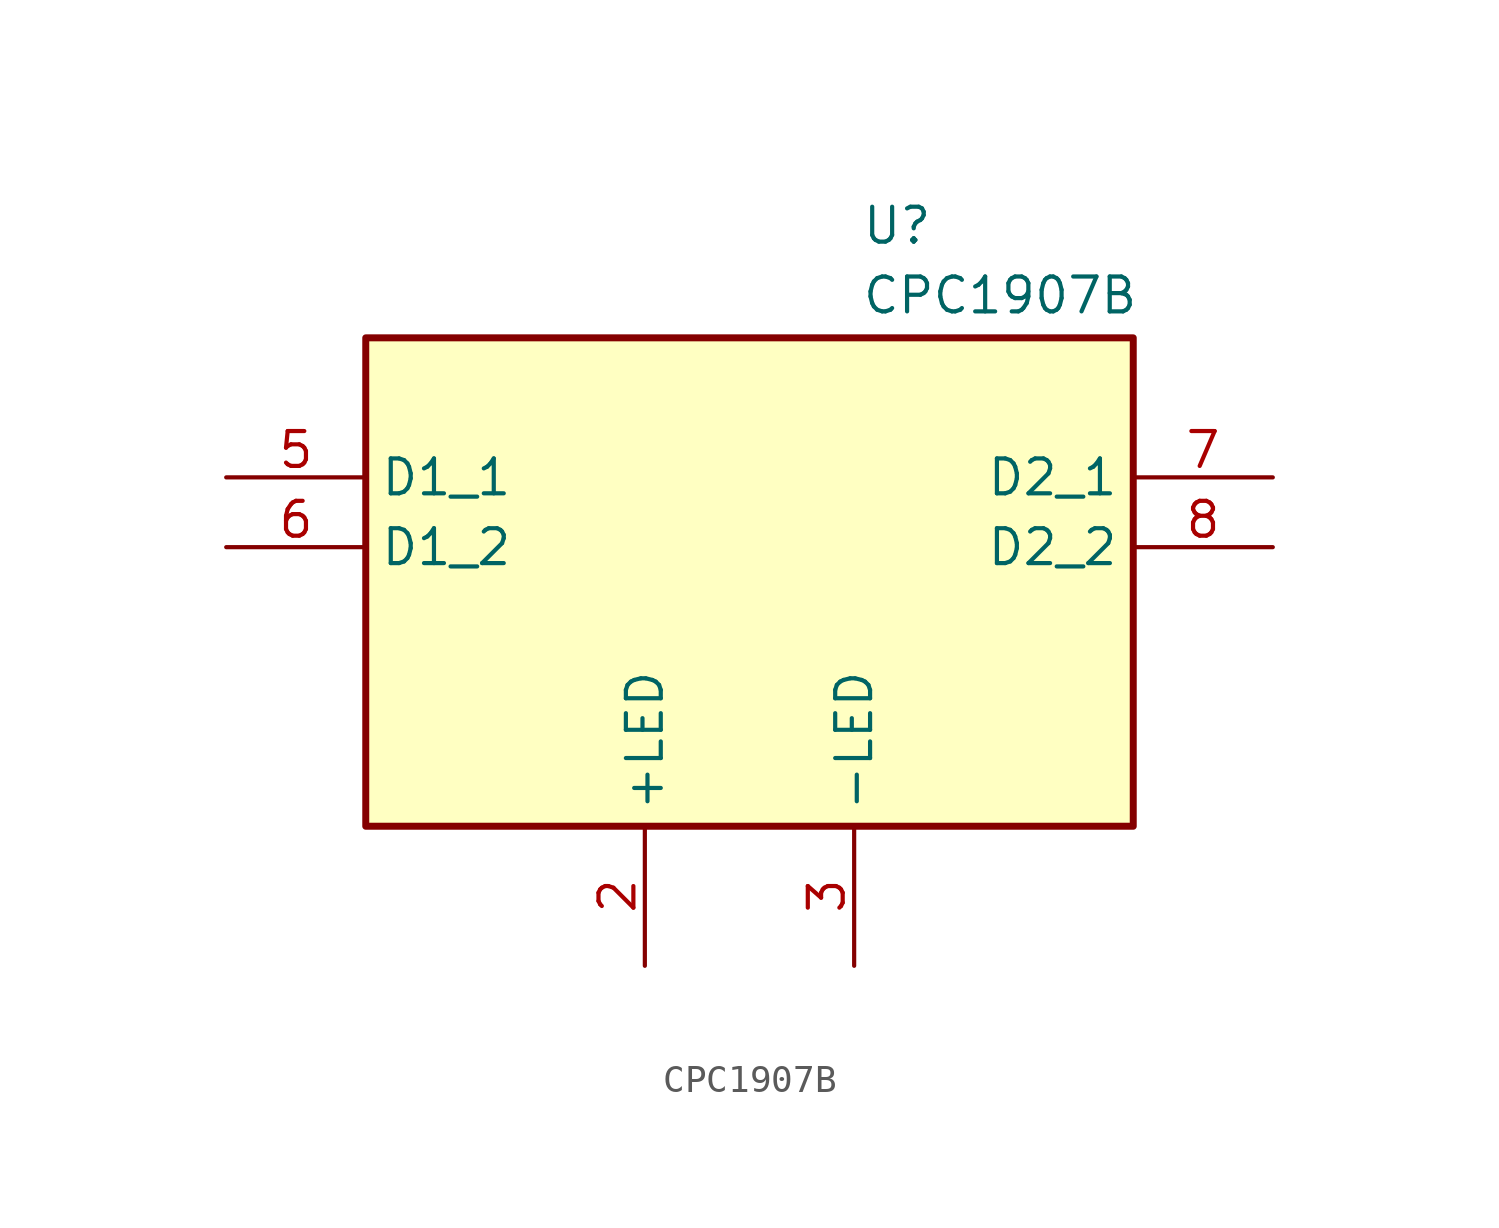
<source format=kicad_sym>
(kicad_symbol_lib
  (version 20231120)
  (generator "kicad_symbol_editor")
  (generator_version "8.0")
  (symbol "CPC1907B"
    (property "Reference" "U"
      (at 4.064 7.366 0)
      (effects (font (size 1.27 1.27)) (justify left top)))
    (property "Value" "CPC1907B"
      (at 4.064 4.826 0)
      (effects (font (size 1.27 1.27)) (justify left top)))
    (symbol "CPC1907B_1_1"
      (rectangle (start -13.97 2.54) (end 13.97 -15.24) (stroke (width 0.254) (type default)) (fill (type background)))
      (pin passive line (at 0 7.62 270) (length 5.08) hide (name "N/C_1" (effects (font (size 1.27 1.27)))) (number "1" (effects (font (size 1.27 1.27)))))
      (pin passive line (at -3.81 -20.32 90) (length 5.08) (name "+LED" (effects (font (size 1.27 1.27)))) (number "2" (effects (font (size 1.27 1.27)))))
      (pin passive line (at 3.81 -20.32 90) (length 5.08) (name "-LED" (effects (font (size 1.27 1.27)))) (number "3" (effects (font (size 1.27 1.27)))))
      (pin passive line (at 0 7.62 270) (length 5.08) hide (name "N/C_2" (effects (font (size 1.27 1.27)))) (number "4" (effects (font (size 1.27 1.27)))))
      (pin passive line (at -19.05 -2.54 0) (length 5.08) (name "D1_1" (effects (font (size 1.27 1.27)))) (number "5" (effects (font (size 1.27 1.27)))))
      (pin passive line (at -19.05 -5.08 0) (length 5.08) (name "D1_2" (effects (font (size 1.27 1.27)))) (number "6" (effects (font (size 1.27 1.27)))))
      (pin passive line (at 19.05 -2.54 180) (length 5.08) (name "D2_1" (effects (font (size 1.27 1.27)))) (number "7" (effects (font (size 1.27 1.27)))))
      (pin passive line (at 19.05 -5.08 180) (length 5.08) (name "D2_2" (effects (font (size 1.27 1.27)))) (number "8" (effects (font (size 1.27 1.27))))))))
</source>
